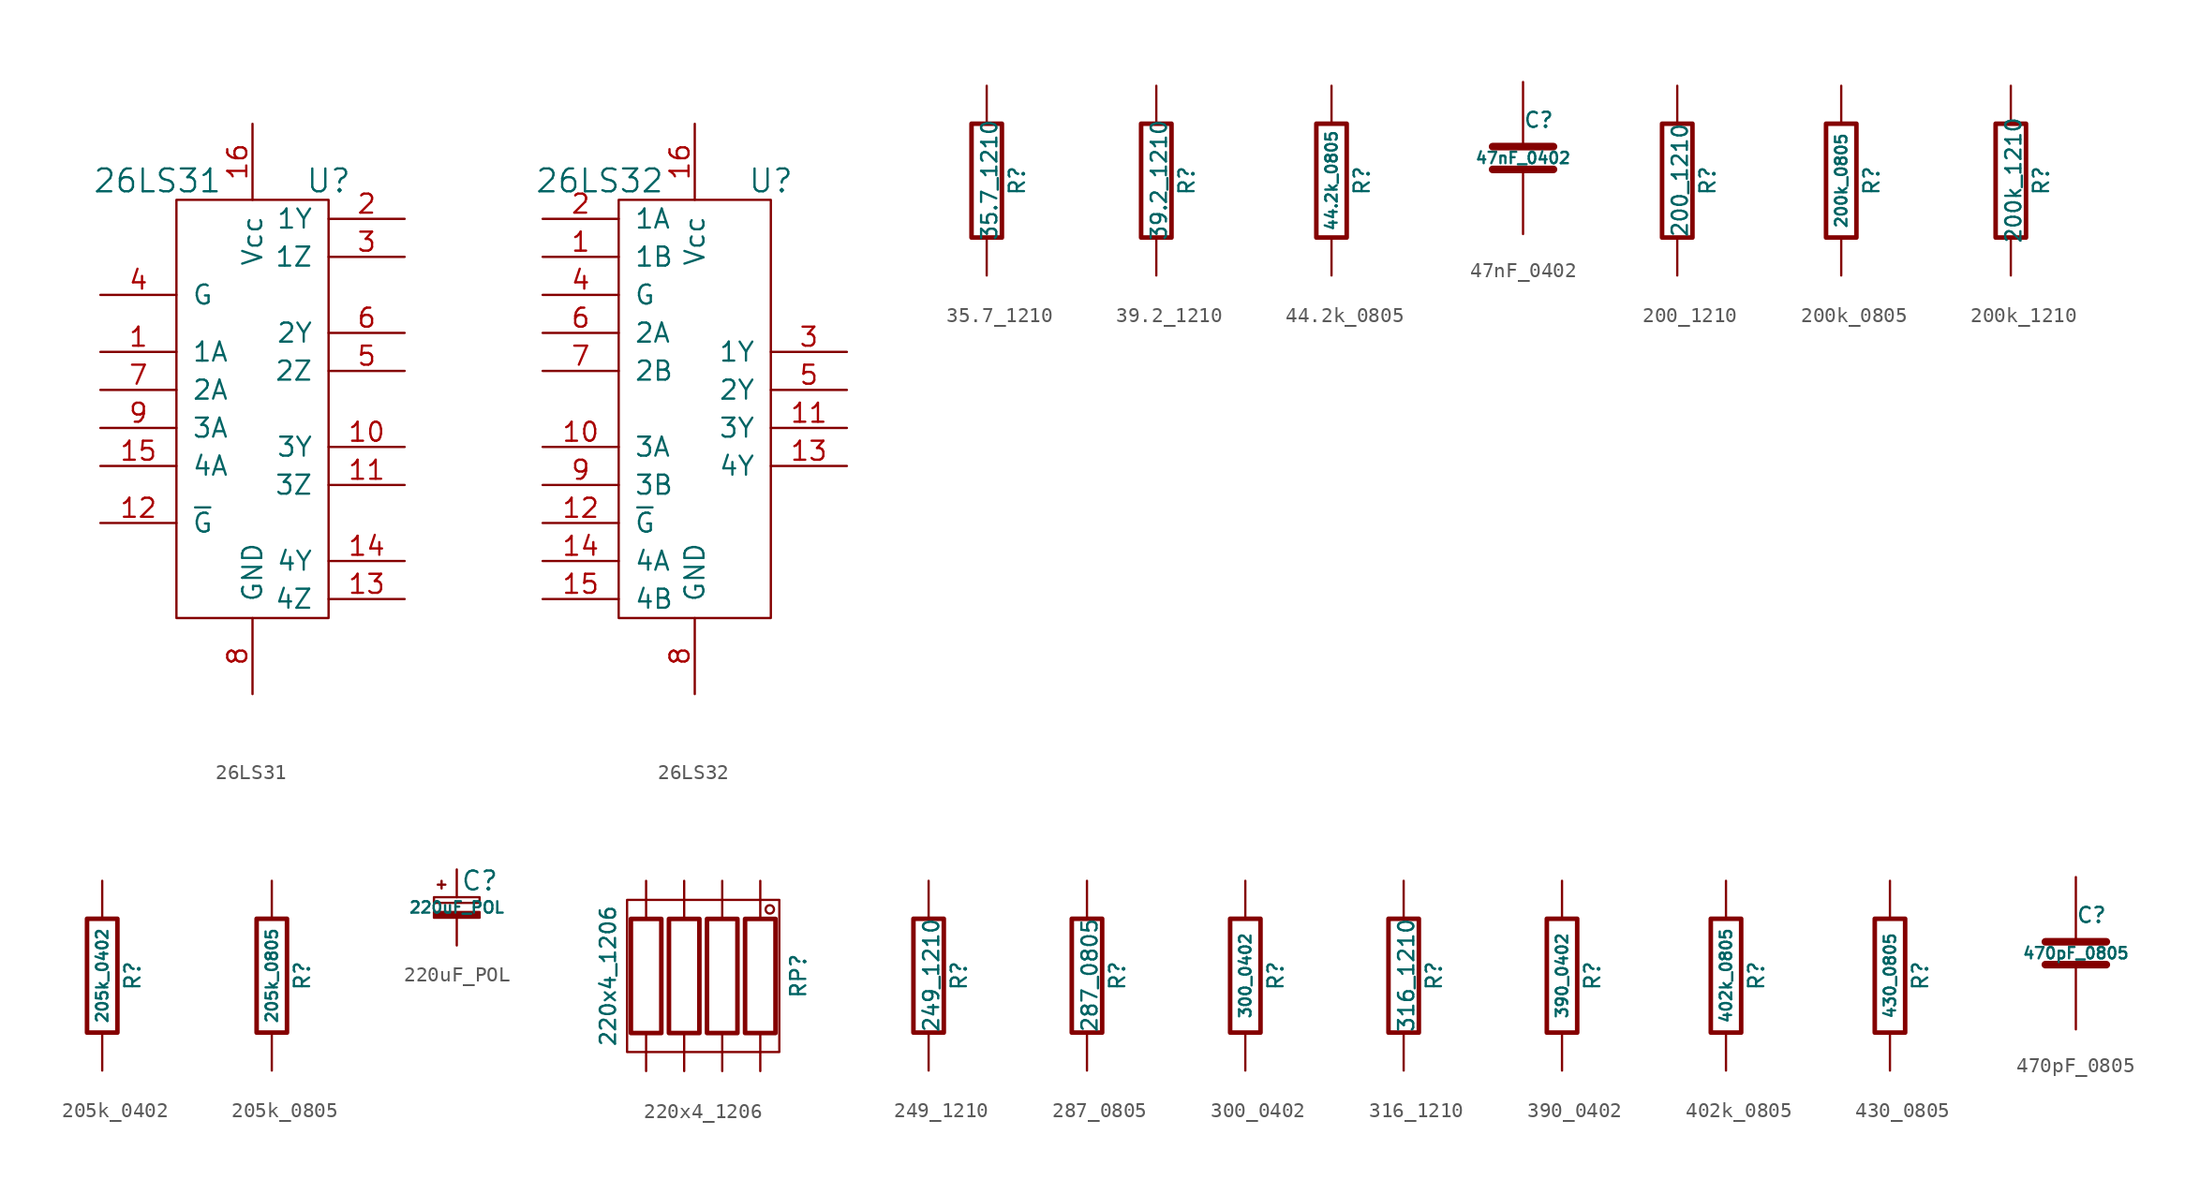
<source format=kicad_sym>
(kicad_symbol_lib
  (version 20211014)
  (generator kicad_symbol_editor)
  (symbol "26LS31"
    (pin_names
      (offset 1.016))
    (property "Reference" "U"
      (at 5.08 15.24 0)
      (effects (font (size 1.524 1.524))))
    (property "Value" "26LS31"
      (at -6.35 15.24 0)
      (effects (font (size 1.524 1.524))))
    (symbol "26LS31_0_1"
      (rectangle (start -5.08 13.97) (end 5.08 -13.97) (stroke (width 0) (type default) (color 0 0 0 0)) (fill (type none))))
    (symbol "26LS31_1_1"
      (pin input line (at -10.16 3.81 0) (length 5.08) (name "1A" (effects (font (size 1.27 1.27)))) (number "1" (effects (font (size 1.27 1.27)))))
      (pin output line (at 10.16 -2.54 180) (length 5.08) (name "3Y" (effects (font (size 1.27 1.27)))) (number "10" (effects (font (size 1.27 1.27)))))
      (pin output line (at 10.16 -5.08 180) (length 5.08) (name "3Z" (effects (font (size 1.27 1.27)))) (number "11" (effects (font (size 1.27 1.27)))))
      (pin input line (at -10.16 -7.62 0) (length 5.08) (name "~{G}" (effects (font (size 1.27 1.27)))) (number "12" (effects (font (size 1.27 1.27)))))
      (pin output line (at 10.16 -12.7 180) (length 5.08) (name "4Z" (effects (font (size 1.27 1.27)))) (number "13" (effects (font (size 1.27 1.27)))))
      (pin output line (at 10.16 -10.16 180) (length 5.08) (name "4Y" (effects (font (size 1.27 1.27)))) (number "14" (effects (font (size 1.27 1.27)))))
      (pin input line (at -10.16 -3.81 0) (length 5.08) (name "4A" (effects (font (size 1.27 1.27)))) (number "15" (effects (font (size 1.27 1.27)))))
      (pin power_in line (at 0 19.05 270) (length 5.08) (name "Vcc" (effects (font (size 1.27 1.27)))) (number "16" (effects (font (size 1.27 1.27)))))
      (pin output line (at 10.16 12.7 180) (length 5.08) (name "1Y" (effects (font (size 1.27 1.27)))) (number "2" (effects (font (size 1.27 1.27)))))
      (pin output line (at 10.16 10.16 180) (length 5.08) (name "1Z" (effects (font (size 1.27 1.27)))) (number "3" (effects (font (size 1.27 1.27)))))
      (pin input line (at -10.16 7.62 0) (length 5.08) (name "G" (effects (font (size 1.27 1.27)))) (number "4" (effects (font (size 1.27 1.27)))))
      (pin output line (at 10.16 2.54 180) (length 5.08) (name "2Z" (effects (font (size 1.27 1.27)))) (number "5" (effects (font (size 1.27 1.27)))))
      (pin output line (at 10.16 5.08 180) (length 5.08) (name "2Y" (effects (font (size 1.27 1.27)))) (number "6" (effects (font (size 1.27 1.27)))))
      (pin input line (at -10.16 1.27 0) (length 5.08) (name "2A" (effects (font (size 1.27 1.27)))) (number "7" (effects (font (size 1.27 1.27)))))
      (pin power_in line (at 0 -19.05 90) (length 5.08) (name "GND" (effects (font (size 1.27 1.27)))) (number "8" (effects (font (size 1.27 1.27)))))
      (pin input line (at -10.16 -1.27 0) (length 5.08) (name "3A" (effects (font (size 1.27 1.27)))) (number "9" (effects (font (size 1.27 1.27)))))))
  (symbol "26LS32"
    (pin_names
      (offset 1.016))
    (property "Reference" "U"
      (at 5.08 15.24 0)
      (effects (font (size 1.524 1.524))))
    (property "Value" "26LS32"
      (at -6.35 15.24 0)
      (effects (font (size 1.524 1.524))))
    (symbol "26LS32_0_1"
      (rectangle (start -5.08 13.97) (end 5.08 -13.97) (stroke (width 0) (type default) (color 0 0 0 0)) (fill (type none))))
    (symbol "26LS32_1_1"
      (pin input line (at -10.16 10.16 0) (length 5.08) (name "1B" (effects (font (size 1.27 1.27)))) (number "1" (effects (font (size 1.27 1.27)))))
      (pin input line (at -10.16 -2.54 0) (length 5.08) (name "3A" (effects (font (size 1.27 1.27)))) (number "10" (effects (font (size 1.27 1.27)))))
      (pin output line (at 10.16 -1.27 180) (length 5.08) (name "3Y" (effects (font (size 1.27 1.27)))) (number "11" (effects (font (size 1.27 1.27)))))
      (pin input line (at -10.16 -7.62 0) (length 5.08) (name "~{G}" (effects (font (size 1.27 1.27)))) (number "12" (effects (font (size 1.27 1.27)))))
      (pin output line (at 10.16 -3.81 180) (length 5.08) (name "4Y" (effects (font (size 1.27 1.27)))) (number "13" (effects (font (size 1.27 1.27)))))
      (pin input line (at -10.16 -10.16 0) (length 5.08) (name "4A" (effects (font (size 1.27 1.27)))) (number "14" (effects (font (size 1.27 1.27)))))
      (pin input line (at -10.16 -12.7 0) (length 5.08) (name "4B" (effects (font (size 1.27 1.27)))) (number "15" (effects (font (size 1.27 1.27)))))
      (pin power_in line (at 0 19.05 270) (length 5.08) (name "Vcc" (effects (font (size 1.27 1.27)))) (number "16" (effects (font (size 1.27 1.27)))))
      (pin input line (at -10.16 12.7 0) (length 5.08) (name "1A" (effects (font (size 1.27 1.27)))) (number "2" (effects (font (size 1.27 1.27)))))
      (pin output line (at 10.16 3.81 180) (length 5.08) (name "1Y" (effects (font (size 1.27 1.27)))) (number "3" (effects (font (size 1.27 1.27)))))
      (pin input line (at -10.16 7.62 0) (length 5.08) (name "G" (effects (font (size 1.27 1.27)))) (number "4" (effects (font (size 1.27 1.27)))))
      (pin output line (at 10.16 1.27 180) (length 5.08) (name "2Y" (effects (font (size 1.27 1.27)))) (number "5" (effects (font (size 1.27 1.27)))))
      (pin input line (at -10.16 5.08 0) (length 5.08) (name "2A" (effects (font (size 1.27 1.27)))) (number "6" (effects (font (size 1.27 1.27)))))
      (pin input line (at -10.16 2.54 0) (length 5.08) (name "2B" (effects (font (size 1.27 1.27)))) (number "7" (effects (font (size 1.27 1.27)))))
      (pin power_in line (at 0 -19.05 90) (length 5.08) (name "GND" (effects (font (size 1.27 1.27)))) (number "8" (effects (font (size 1.27 1.27)))))
      (pin input line (at -10.16 -5.08 0) (length 5.08) (name "3B" (effects (font (size 1.27 1.27)))) (number "9" (effects (font (size 1.27 1.27)))))))
  (symbol "35.7_1210"
    (pin_numbers hide)
    (pin_names
      (offset 0))
    (property "Reference" "R"
      (at 2.032 0 90)
      (effects (font (size 1.016 1.016))))
    (property "Value" "35.7_1210"
      (at 0.178 0.025 90)
      (effects (font (size 1.016 1.016))))
    (property "Datasheet" ""
      (at 0 0 0)
      (effects (font (size 0.762 0.762))))
    (symbol "35.7_1210_0_1"
      (rectangle (start -1.016 3.81) (end 1.016 -3.81) (stroke (width 0.305) (type default) (color 0 0 0 0)) (fill (type none))))
    (symbol "35.7_1210_1_1"
      (pin passive line (at 0 6.35 270) (length 2.54) (name "~" (effects (font (size 1.524 1.524)))) (number "1" (effects (font (size 1.524 1.524)))))
      (pin passive line (at 0 -6.35 90) (length 2.54) (name "~" (effects (font (size 1.524 1.524)))) (number "2" (effects (font (size 1.524 1.524)))))))
  (symbol "39.2_1210"
    (pin_numbers hide)
    (pin_names
      (offset 0))
    (property "Reference" "R"
      (at 2.032 0 90)
      (effects (font (size 1.016 1.016))))
    (property "Value" "39.2_1210"
      (at 0.178 0.025 90)
      (effects (font (size 1.016 1.016))))
    (property "Datasheet" ""
      (at 0 0 0)
      (effects (font (size 0.762 0.762))))
    (symbol "39.2_1210_0_1"
      (rectangle (start -1.016 3.81) (end 1.016 -3.81) (stroke (width 0.305) (type default) (color 0 0 0 0)) (fill (type none))))
    (symbol "39.2_1210_1_1"
      (pin passive line (at 0 6.35 270) (length 2.54) (name "~" (effects (font (size 1.524 1.524)))) (number "1" (effects (font (size 1.524 1.524)))))
      (pin passive line (at 0 -6.35 90) (length 2.54) (name "~" (effects (font (size 1.524 1.524)))) (number "2" (effects (font (size 1.524 1.524)))))))
  (symbol "44.2k_0805"
    (pin_numbers hide)
    (pin_names
      (offset 0))
    (property "Reference" "R"
      (at 2.032 0 90)
      (effects (font (size 1.016 1.016))))
    (property "Value" "44.2k_0805"
      (at 0 0 90)
      (effects (font (size 0.762 0.762))))
    (property "Datasheet" ""
      (at 2.032 0 90)
      (effects (font (size 0.762 0.762))))
    (symbol "44.2k_0805_0_1"
      (rectangle (start -1.016 3.81) (end 1.016 -3.81) (stroke (width 0.305) (type default) (color 0 0 0 0)) (fill (type none))))
    (symbol "44.2k_0805_1_1"
      (pin passive line (at 0 6.35 270) (length 2.54) (name "~" (effects (font (size 1.524 1.524)))) (number "1" (effects (font (size 1.524 1.524)))))
      (pin passive line (at 0 -6.35 90) (length 2.54) (name "~" (effects (font (size 1.524 1.524)))) (number "2" (effects (font (size 1.524 1.524)))))))
  (symbol "47nF_0402"
    (pin_numbers hide)
    (pin_names
      (offset 0.254))
    (property "Reference" "C"
      (at 0 2.54 0)
      (effects (font (size 1.016 1.016)) (justify left)))
    (property "Value" "47nF_0402"
      (at 0 0 0)
      (effects (font (size 0.762 0.762))))
    (symbol "47nF_0402_0_1"
      (polyline (pts (xy -2.032 -0.762) (xy 2.032 -0.762)) (stroke (width 0.508) (type default) (color 0 0 0 0)) (fill (type none)))
      (polyline (pts (xy -2.032 0.762) (xy 2.032 0.762)) (stroke (width 0.508) (type default) (color 0 0 0 0)) (fill (type none))))
    (symbol "47nF_0402_1_1"
      (pin passive line (at 0 5.08 270) (length 4.318) (name "~" (effects (font (size 1.016 1.016)))) (number "1" (effects (font (size 1.016 1.016)))))
      (pin passive line (at 0 -5.08 90) (length 4.318) (name "~" (effects (font (size 1.016 1.016)))) (number "2" (effects (font (size 1.016 1.016)))))))
  (symbol "200_1210"
    (pin_numbers hide)
    (pin_names
      (offset 0))
    (property "Reference" "R"
      (at 2.032 0 90)
      (effects (font (size 1.016 1.016))))
    (property "Value" "200_1210"
      (at 0.178 0.025 90)
      (effects (font (size 1.016 1.016))))
    (property "Datasheet" ""
      (at 0 0 0)
      (effects (font (size 0.762 0.762))))
    (symbol "200_1210_0_1"
      (rectangle (start -1.016 3.81) (end 1.016 -3.81) (stroke (width 0.305) (type default) (color 0 0 0 0)) (fill (type none))))
    (symbol "200_1210_1_1"
      (pin passive line (at 0 6.35 270) (length 2.54) (name "~" (effects (font (size 1.524 1.524)))) (number "1" (effects (font (size 1.524 1.524)))))
      (pin passive line (at 0 -6.35 90) (length 2.54) (name "~" (effects (font (size 1.524 1.524)))) (number "2" (effects (font (size 1.524 1.524)))))))
  (symbol "200k_0805"
    (pin_numbers hide)
    (pin_names
      (offset 0))
    (property "Reference" "R"
      (at 2.032 0 90)
      (effects (font (size 1.016 1.016))))
    (property "Value" "200k_0805"
      (at 0 0 90)
      (effects (font (size 0.762 0.762))))
    (property "Datasheet" ""
      (at 2.032 0 90)
      (effects (font (size 0.762 0.762))))
    (symbol "200k_0805_0_1"
      (rectangle (start -1.016 3.81) (end 1.016 -3.81) (stroke (width 0.305) (type default) (color 0 0 0 0)) (fill (type none))))
    (symbol "200k_0805_1_1"
      (pin passive line (at 0 6.35 270) (length 2.54) (name "~" (effects (font (size 1.524 1.524)))) (number "1" (effects (font (size 1.524 1.524)))))
      (pin passive line (at 0 -6.35 90) (length 2.54) (name "~" (effects (font (size 1.524 1.524)))) (number "2" (effects (font (size 1.524 1.524)))))))
  (symbol "200k_1210"
    (pin_numbers hide)
    (pin_names
      (offset 0))
    (property "Reference" "R"
      (at 2.032 0 90)
      (effects (font (size 1.016 1.016))))
    (property "Value" "200k_1210"
      (at 0.178 0.025 90)
      (effects (font (size 1.016 1.016))))
    (property "Datasheet" ""
      (at 0 0 0)
      (effects (font (size 0.762 0.762))))
    (symbol "200k_1210_0_1"
      (rectangle (start -1.016 3.81) (end 1.016 -3.81) (stroke (width 0.305) (type default) (color 0 0 0 0)) (fill (type none))))
    (symbol "200k_1210_1_1"
      (pin passive line (at 0 6.35 270) (length 2.54) (name "~" (effects (font (size 1.524 1.524)))) (number "1" (effects (font (size 1.524 1.524)))))
      (pin passive line (at 0 -6.35 90) (length 2.54) (name "~" (effects (font (size 1.524 1.524)))) (number "2" (effects (font (size 1.524 1.524)))))))
  (symbol "205k_0402"
    (pin_numbers hide)
    (pin_names
      (offset 0))
    (property "Reference" "R"
      (at 2.032 0 90)
      (effects (font (size 1.016 1.016))))
    (property "Value" "205k_0402"
      (at 0 0 90)
      (effects (font (size 0.762 0.762))))
    (property "Datasheet" ""
      (at 2.032 0 90)
      (effects (font (size 0.762 0.762))))
    (symbol "205k_0402_0_1"
      (rectangle (start -1.016 3.81) (end 1.016 -3.81) (stroke (width 0.305) (type default) (color 0 0 0 0)) (fill (type none))))
    (symbol "205k_0402_1_1"
      (pin passive line (at 0 6.35 270) (length 2.54) (name "~" (effects (font (size 1.524 1.524)))) (number "1" (effects (font (size 1.524 1.524)))))
      (pin passive line (at 0 -6.35 90) (length 2.54) (name "~" (effects (font (size 1.524 1.524)))) (number "2" (effects (font (size 1.524 1.524)))))))
  (symbol "205k_0805"
    (pin_numbers hide)
    (pin_names
      (offset 0))
    (property "Reference" "R"
      (at 2.032 0 90)
      (effects (font (size 1.016 1.016))))
    (property "Value" "205k_0805"
      (at 0 0 90)
      (effects (font (size 0.762 0.762))))
    (property "Datasheet" ""
      (at 2.032 0 90)
      (effects (font (size 0.762 0.762))))
    (symbol "205k_0805_0_1"
      (rectangle (start -1.016 3.81) (end 1.016 -3.81) (stroke (width 0.305) (type default) (color 0 0 0 0)) (fill (type none))))
    (symbol "205k_0805_1_1"
      (pin passive line (at 0 6.35 270) (length 2.54) (name "~" (effects (font (size 1.524 1.524)))) (number "1" (effects (font (size 1.524 1.524)))))
      (pin passive line (at 0 -6.35 90) (length 2.54) (name "~" (effects (font (size 1.524 1.524)))) (number "2" (effects (font (size 1.524 1.524)))))))
  (symbol "220uF_POL"
    (pin_numbers hide)
    (pin_names
      (offset 0.254) hide)
    (property "Reference" "C"
      (at 0.254 1.778 0)
      (effects (font (size 1.27 1.27)) (justify left)))
    (property "Value" "220uF_POL"
      (at 0 0 0)
      (effects (font (size 0.762 0.762))))
    (symbol "220uF_POL_0_1"
      (rectangle (start -1.524 -0.305) (end 1.524 -0.686) (stroke (width 0) (type default) (color 0 0 0 0)) (fill (type outline)))
      (rectangle (start -1.524 0.686) (end 1.524 0.305) (stroke (width 0) (type default) (color 0 0 0 0)) (fill (type none)))
      (polyline (pts (xy -1.27 1.524) (xy -0.762 1.524)) (stroke (width 0) (type default) (color 0 0 0 0)) (fill (type none)))
      (polyline (pts (xy -1.016 1.27) (xy -1.016 1.778)) (stroke (width 0) (type default) (color 0 0 0 0)) (fill (type none))))
    (symbol "220uF_POL_1_1"
      (pin passive line (at 0 2.54 270) (length 1.854) (name "~" (effects (font (size 1.016 1.016)))) (number "1" (effects (font (size 1.016 1.016)))))
      (pin passive line (at 0 -2.54 90) (length 1.854) (name "~" (effects (font (size 1.016 1.016)))) (number "2" (effects (font (size 1.016 1.016)))))))
  (symbol "220x4_1206"
    (pin_numbers hide)
    (pin_names
      (offset 0))
    (property "Reference" "RP"
      (at 6.35 0 90)
      (effects (font (size 1.016 1.016))))
    (property "Value" "220x4_1206"
      (at -6.35 0 90)
      (effects (font (size 1.016 1.016))))
    (property "Datasheet" ""
      (at -3.81 0 0)
      (effects (font (size 0.762 0.762))))
    (symbol "220x4_1206_0_1"
      (rectangle (start -5.08 5.08) (end 5.08 -5.08) (stroke (width 0) (type default) (color 0 0 0 0)) (fill (type none)))
      (rectangle (start -4.826 3.81) (end -2.794 -3.81) (stroke (width 0.305) (type default) (color 0 0 0 0)) (fill (type none)))
      (circle (center 4.445 4.445) (radius 0.279) (stroke (width 0) (type default) (color 0 0 0 0)) (fill (type none))))
    (symbol "220x4_1206_1_1"
      (rectangle (start -2.286 3.81) (end -0.254 -3.81) (stroke (width 0.305) (type default) (color 0 0 0 0)) (fill (type none)))
      (rectangle (start 0.254 3.81) (end 2.286 -3.81) (stroke (width 0.305) (type default) (color 0 0 0 0)) (fill (type none)))
      (rectangle (start 2.794 3.81) (end 4.826 -3.81) (stroke (width 0.305) (type default) (color 0 0 0 0)) (fill (type none)))
      (pin passive line (at 3.81 6.35 270) (length 2.54) (name "~" (effects (font (size 1.524 1.524)))) (number "1" (effects (font (size 1.524 1.524)))))
      (pin passive line (at 3.81 -6.35 90) (length 2.54) (name "~" (effects (font (size 1.524 1.524)))) (number "2" (effects (font (size 1.524 1.524)))))
      (pin passive line (at 1.27 6.35 270) (length 2.54) (name "~" (effects (font (size 1.524 1.524)))) (number "3" (effects (font (size 1.524 1.524)))))
      (pin passive line (at 1.27 -6.35 90) (length 2.54) (name "~" (effects (font (size 1.524 1.524)))) (number "4" (effects (font (size 1.524 1.524)))))
      (pin passive line (at -1.27 6.35 270) (length 2.54) (name "~" (effects (font (size 1.524 1.524)))) (number "5" (effects (font (size 1.524 1.524)))))
      (pin passive line (at -1.27 -6.35 90) (length 2.54) (name "~" (effects (font (size 1.524 1.524)))) (number "6" (effects (font (size 1.524 1.524)))))
      (pin passive line (at -3.81 6.35 270) (length 2.54) (name "~" (effects (font (size 1.524 1.524)))) (number "7" (effects (font (size 1.524 1.524)))))
      (pin passive line (at -3.81 -6.35 90) (length 2.54) (name "~" (effects (font (size 1.524 1.524)))) (number "8" (effects (font (size 1.524 1.524)))))))
  (symbol "249_1210"
    (pin_numbers hide)
    (pin_names
      (offset 0))
    (property "Reference" "R"
      (at 2.032 0 90)
      (effects (font (size 1.016 1.016))))
    (property "Value" "249_1210"
      (at 0.178 0.025 90)
      (effects (font (size 1.016 1.016))))
    (property "Datasheet" ""
      (at 0 0 0)
      (effects (font (size 0.762 0.762))))
    (symbol "249_1210_0_1"
      (rectangle (start -1.016 3.81) (end 1.016 -3.81) (stroke (width 0.305) (type default) (color 0 0 0 0)) (fill (type none))))
    (symbol "249_1210_1_1"
      (pin passive line (at 0 6.35 270) (length 2.54) (name "~" (effects (font (size 1.524 1.524)))) (number "1" (effects (font (size 1.524 1.524)))))
      (pin passive line (at 0 -6.35 90) (length 2.54) (name "~" (effects (font (size 1.524 1.524)))) (number "2" (effects (font (size 1.524 1.524)))))))
  (symbol "287_0805"
    (pin_numbers hide)
    (pin_names
      (offset 0))
    (property "Reference" "R"
      (at 2.032 0 90)
      (effects (font (size 1.016 1.016))))
    (property "Value" "287_0805"
      (at 0.178 0.025 90)
      (effects (font (size 1.016 1.016))))
    (property "Datasheet" ""
      (at 0 0 0)
      (effects (font (size 0.762 0.762))))
    (symbol "287_0805_0_1"
      (rectangle (start -1.016 3.81) (end 1.016 -3.81) (stroke (width 0.305) (type default) (color 0 0 0 0)) (fill (type none))))
    (symbol "287_0805_1_1"
      (pin passive line (at 0 6.35 270) (length 2.54) (name "~" (effects (font (size 1.524 1.524)))) (number "1" (effects (font (size 1.524 1.524)))))
      (pin passive line (at 0 -6.35 90) (length 2.54) (name "~" (effects (font (size 1.524 1.524)))) (number "2" (effects (font (size 1.524 1.524)))))))
  (symbol "300_0402"
    (pin_numbers hide)
    (pin_names
      (offset 0))
    (property "Reference" "R"
      (at 2.032 0 90)
      (effects (font (size 1.016 1.016))))
    (property "Value" "300_0402"
      (at 0 0 90)
      (effects (font (size 0.762 0.762))))
    (property "Datasheet" ""
      (at 2.032 0 90)
      (effects (font (size 0.762 0.762))))
    (symbol "300_0402_0_1"
      (rectangle (start -1.016 3.81) (end 1.016 -3.81) (stroke (width 0.305) (type default) (color 0 0 0 0)) (fill (type none))))
    (symbol "300_0402_1_1"
      (pin passive line (at 0 6.35 270) (length 2.54) (name "~" (effects (font (size 1.524 1.524)))) (number "1" (effects (font (size 1.524 1.524)))))
      (pin passive line (at 0 -6.35 90) (length 2.54) (name "~" (effects (font (size 1.524 1.524)))) (number "2" (effects (font (size 1.524 1.524)))))))
  (symbol "316_1210"
    (pin_numbers hide)
    (pin_names
      (offset 0))
    (property "Reference" "R"
      (at 2.032 0 90)
      (effects (font (size 1.016 1.016))))
    (property "Value" "316_1210"
      (at 0.178 0.025 90)
      (effects (font (size 1.016 1.016))))
    (property "Datasheet" ""
      (at 2.032 0 90)
      (effects (font (size 0.762 0.762))))
    (symbol "316_1210_0_1"
      (rectangle (start -1.016 3.81) (end 1.016 -3.81) (stroke (width 0.305) (type default) (color 0 0 0 0)) (fill (type none))))
    (symbol "316_1210_1_1"
      (pin passive line (at 0 6.35 270) (length 2.54) (name "~" (effects (font (size 1.524 1.524)))) (number "1" (effects (font (size 1.524 1.524)))))
      (pin passive line (at 0 -6.35 90) (length 2.54) (name "~" (effects (font (size 1.524 1.524)))) (number "2" (effects (font (size 1.524 1.524)))))))
  (symbol "390_0402"
    (pin_numbers hide)
    (pin_names
      (offset 0))
    (property "Reference" "R"
      (at 2.032 0 90)
      (effects (font (size 1.016 1.016))))
    (property "Value" "390_0402"
      (at 0 0 90)
      (effects (font (size 0.762 0.762))))
    (property "Datasheet" ""
      (at 2.032 0 90)
      (effects (font (size 0.762 0.762))))
    (symbol "390_0402_0_1"
      (rectangle (start -1.016 3.81) (end 1.016 -3.81) (stroke (width 0.305) (type default) (color 0 0 0 0)) (fill (type none))))
    (symbol "390_0402_1_1"
      (pin passive line (at 0 6.35 270) (length 2.54) (name "~" (effects (font (size 1.524 1.524)))) (number "1" (effects (font (size 1.524 1.524)))))
      (pin passive line (at 0 -6.35 90) (length 2.54) (name "~" (effects (font (size 1.524 1.524)))) (number "2" (effects (font (size 1.524 1.524)))))))
  (symbol "402k_0805"
    (pin_numbers hide)
    (pin_names
      (offset 0))
    (property "Reference" "R"
      (at 2.032 0 90)
      (effects (font (size 1.016 1.016))))
    (property "Value" "402k_0805"
      (at 0 0 90)
      (effects (font (size 0.762 0.762))))
    (property "Datasheet" ""
      (at 2.032 0 90)
      (effects (font (size 0.762 0.762))))
    (symbol "402k_0805_0_1"
      (rectangle (start -1.016 3.81) (end 1.016 -3.81) (stroke (width 0.305) (type default) (color 0 0 0 0)) (fill (type none))))
    (symbol "402k_0805_1_1"
      (pin passive line (at 0 6.35 270) (length 2.54) (name "~" (effects (font (size 1.524 1.524)))) (number "1" (effects (font (size 1.524 1.524)))))
      (pin passive line (at 0 -6.35 90) (length 2.54) (name "~" (effects (font (size 1.524 1.524)))) (number "2" (effects (font (size 1.524 1.524)))))))
  (symbol "430_0805"
    (pin_numbers hide)
    (pin_names
      (offset 0))
    (property "Reference" "R"
      (at 2.032 0 90)
      (effects (font (size 1.016 1.016))))
    (property "Value" "430_0805"
      (at 0 0 90)
      (effects (font (size 0.762 0.762))))
    (property "Datasheet" ""
      (at 2.032 0 90)
      (effects (font (size 0.762 0.762))))
    (symbol "430_0805_0_1"
      (rectangle (start -1.016 3.81) (end 1.016 -3.81) (stroke (width 0.305) (type default) (color 0 0 0 0)) (fill (type none))))
    (symbol "430_0805_1_1"
      (pin passive line (at 0 6.35 270) (length 2.54) (name "~" (effects (font (size 1.524 1.524)))) (number "1" (effects (font (size 1.524 1.524)))))
      (pin passive line (at 0 -6.35 90) (length 2.54) (name "~" (effects (font (size 1.524 1.524)))) (number "2" (effects (font (size 1.524 1.524)))))))
  (symbol "470pF_0805"
    (pin_numbers hide)
    (pin_names
      (offset 0.254))
    (property "Reference" "C"
      (at 0 2.54 0)
      (effects (font (size 1.016 1.016)) (justify left)))
    (property "Value" "470pF_0805"
      (at 0 0 0)
      (effects (font (size 0.762 0.762))))
    (property "Datasheet" ""
      (at 0 0 0)
      (effects (font (size 1.524 1.524))))
    (symbol "470pF_0805_0_1"
      (polyline (pts (xy -2.032 -0.762) (xy 2.032 -0.762)) (stroke (width 0.508) (type default) (color 0 0 0 0)) (fill (type none)))
      (polyline (pts (xy -2.032 0.762) (xy 2.032 0.762)) (stroke (width 0.508) (type default) (color 0 0 0 0)) (fill (type none))))
    (symbol "470pF_0805_1_1"
      (pin passive line (at 0 5.08 270) (length 4.318) (name "~" (effects (font (size 1.016 1.016)))) (number "1" (effects (font (size 1.016 1.016)))))
      (pin passive line (at 0 -5.08 90) (length 4.318) (name "~" (effects (font (size 1.016 1.016)))) (number "2" (effects (font (size 1.016 1.016))))))))
</source>
